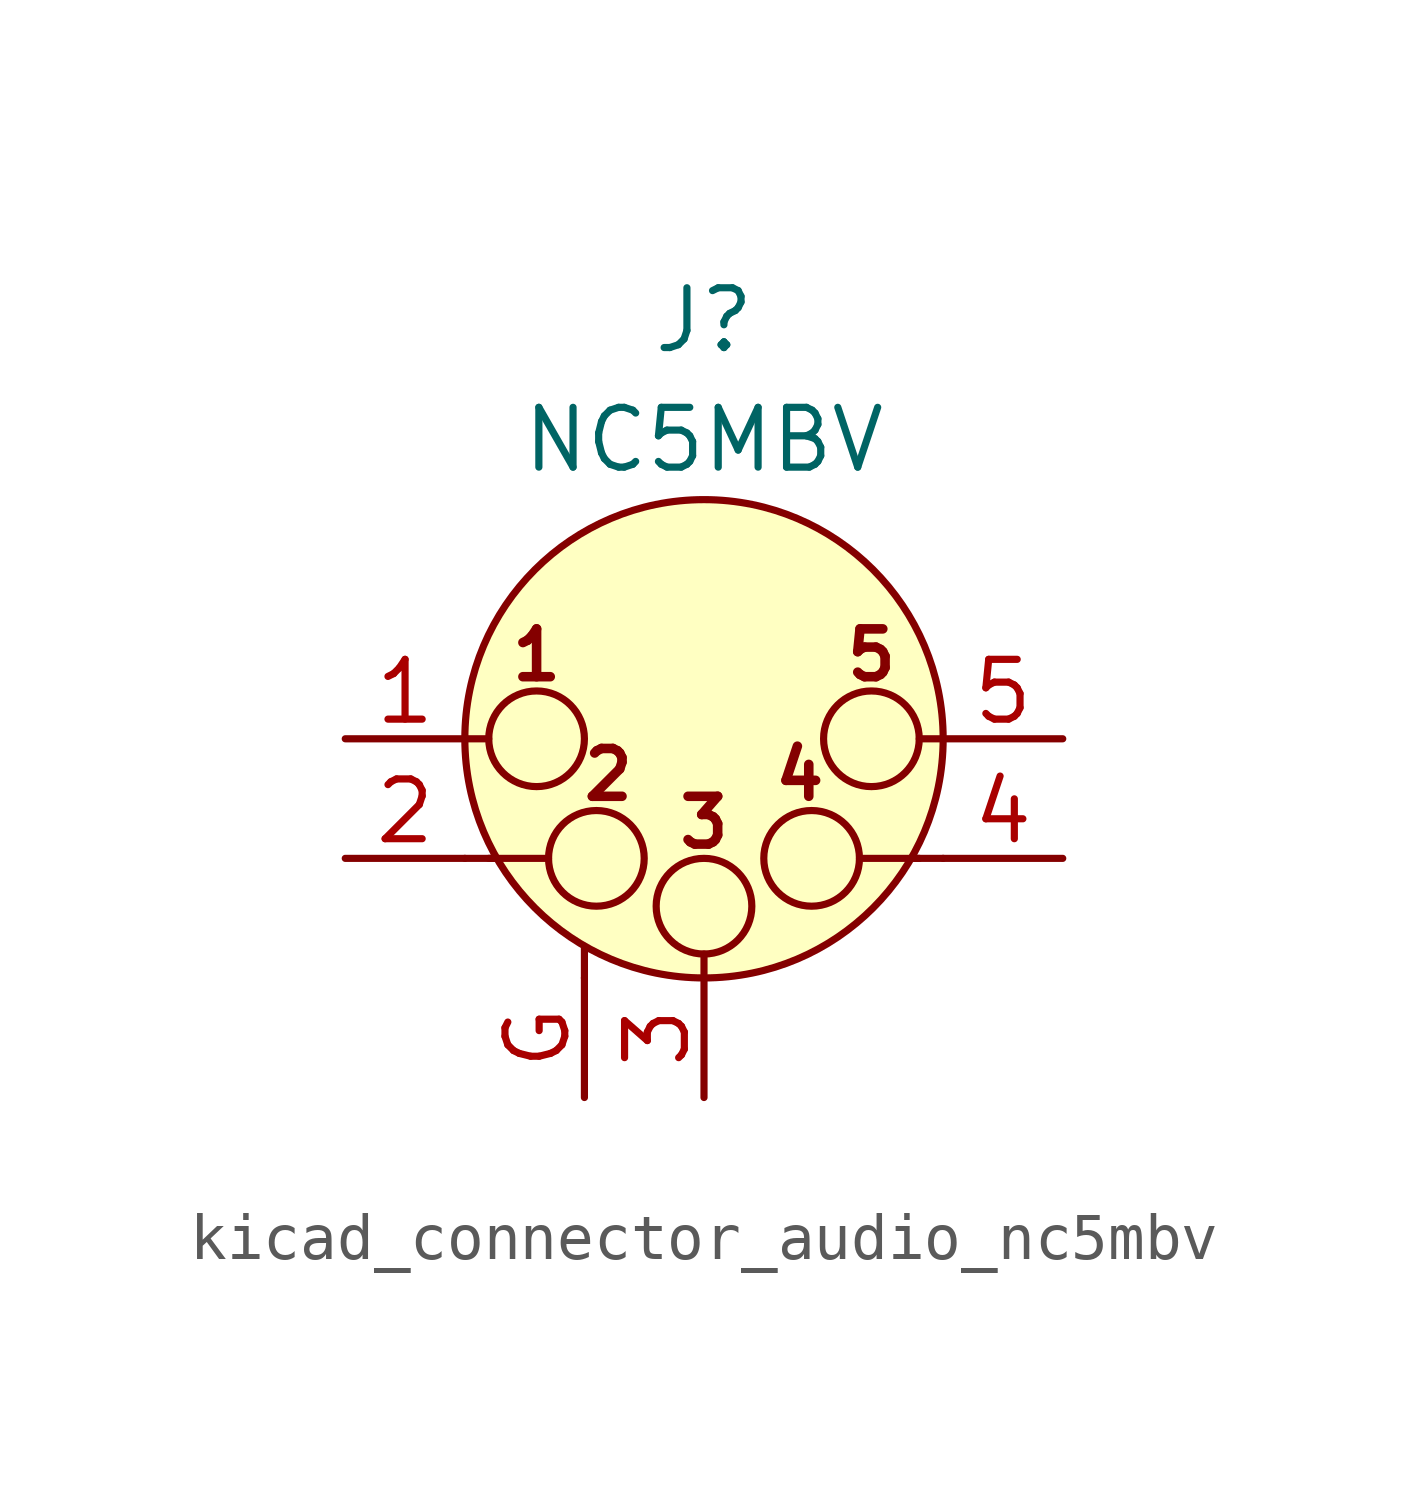
<source format=kicad_sym>
(kicad_symbol_lib
  (version 20220914)
  (generator kicad_symbol_editor)
  (symbol "kicad_connector_audio_nc5mbv"
    (pin_names hide)
    (property "Reference" "J"
      (at 0 8.89 0)
      (effects (font (size 1.27 1.27))))
    (property "Value" "NC5MBV"
      (at 0 6.35 0)
      (effects (font (size 1.27 1.27))))
    (symbol "kicad_connector_audio_nc5mbv_0_1"
      (circle (center -3.556 0) (radius 1.016) (stroke (width 0) (type default)) (fill (type none)))
      (circle (center -2.286 -2.54) (radius 1.016) (stroke (width 0) (type default)) (fill (type none)))
      (circle (center 0 -3.556) (radius 1.016) (stroke (width 0) (type default)) (fill (type none)))
      (polyline (pts (xy -5.08 -2.54) (xy -4.445 -2.54)) (stroke (width 0) (type default)) (fill (type none)))
      (polyline (pts (xy -5.08 0) (xy -4.572 0)) (stroke (width 0) (type default)) (fill (type none)))
      (polyline (pts (xy -4.572 -2.54) (xy -3.302 -2.54)) (stroke (width 0) (type default)) (fill (type none)))
      (polyline (pts (xy -2.54 -5.08) (xy -2.54 -4.445)) (stroke (width 0) (type default)) (fill (type none)))
      (polyline (pts (xy 0 -5.08) (xy 0 -4.572)) (stroke (width 0) (type default)) (fill (type none)))
      (polyline (pts (xy 4.572 -2.54) (xy 3.302 -2.54)) (stroke (width 0) (type default)) (fill (type none)))
      (polyline (pts (xy 5.08 -2.54) (xy 4.445 -2.54)) (stroke (width 0) (type default)) (fill (type none)))
      (polyline (pts (xy 5.08 0) (xy 4.572 0)) (stroke (width 0) (type default)) (fill (type none)))
      (circle (center 0 0) (radius 5.08) (stroke (width 0) (type default)) (fill (type background)))
      (circle (center 2.286 -2.54) (radius 1.016) (stroke (width 0) (type default)) (fill (type none)))
      (circle (center 3.556 0) (radius 1.016) (stroke (width 0) (type default)) (fill (type none)))
      (text "1" (at -3.556 1.778 0) (effects (font (size 1.016 1.016) bold)))
      (text "2" (at -2.032 -0.762 0) (effects (font (size 1.016 1.016) bold)))
      (text "3" (at 0 -1.778 0) (effects (font (size 1.016 1.016) bold)))
      (text "4" (at 2.032 -0.762 0) (effects (font (size 1.016 1.016) bold)))
      (text "5" (at 3.556 1.778 0) (effects (font (size 1.016 1.016) bold))))
    (symbol "kicad_connector_audio_nc5mbv_1_1"
      (pin passive line (at -7.62 0 0) (length 2.54) (name "P1" (effects (font (size 1.27 1.27)))) (number "1" (effects (font (size 1.27 1.27)))))
      (pin passive line (at -7.62 -2.54 0) (length 2.54) (name "P2" (effects (font (size 1.27 1.27)))) (number "2" (effects (font (size 1.27 1.27)))))
      (pin passive line (at 0 -7.62 90) (length 2.54) (name "P3" (effects (font (size 1.27 1.27)))) (number "3" (effects (font (size 1.27 1.27)))))
      (pin passive line (at 7.62 -2.54 180) (length 2.54) (name "P3" (effects (font (size 1.27 1.27)))) (number "4" (effects (font (size 1.27 1.27)))))
      (pin passive line (at 7.62 0 180) (length 2.54) (name "P5" (effects (font (size 1.27 1.27)))) (number "5" (effects (font (size 1.27 1.27)))))
      (pin passive line (at -2.54 -7.62 90) (length 2.54) (name "~" (effects (font (size 1.27 1.27)))) (number "G" (effects (font (size 1.27 1.27))))))))
</source>
